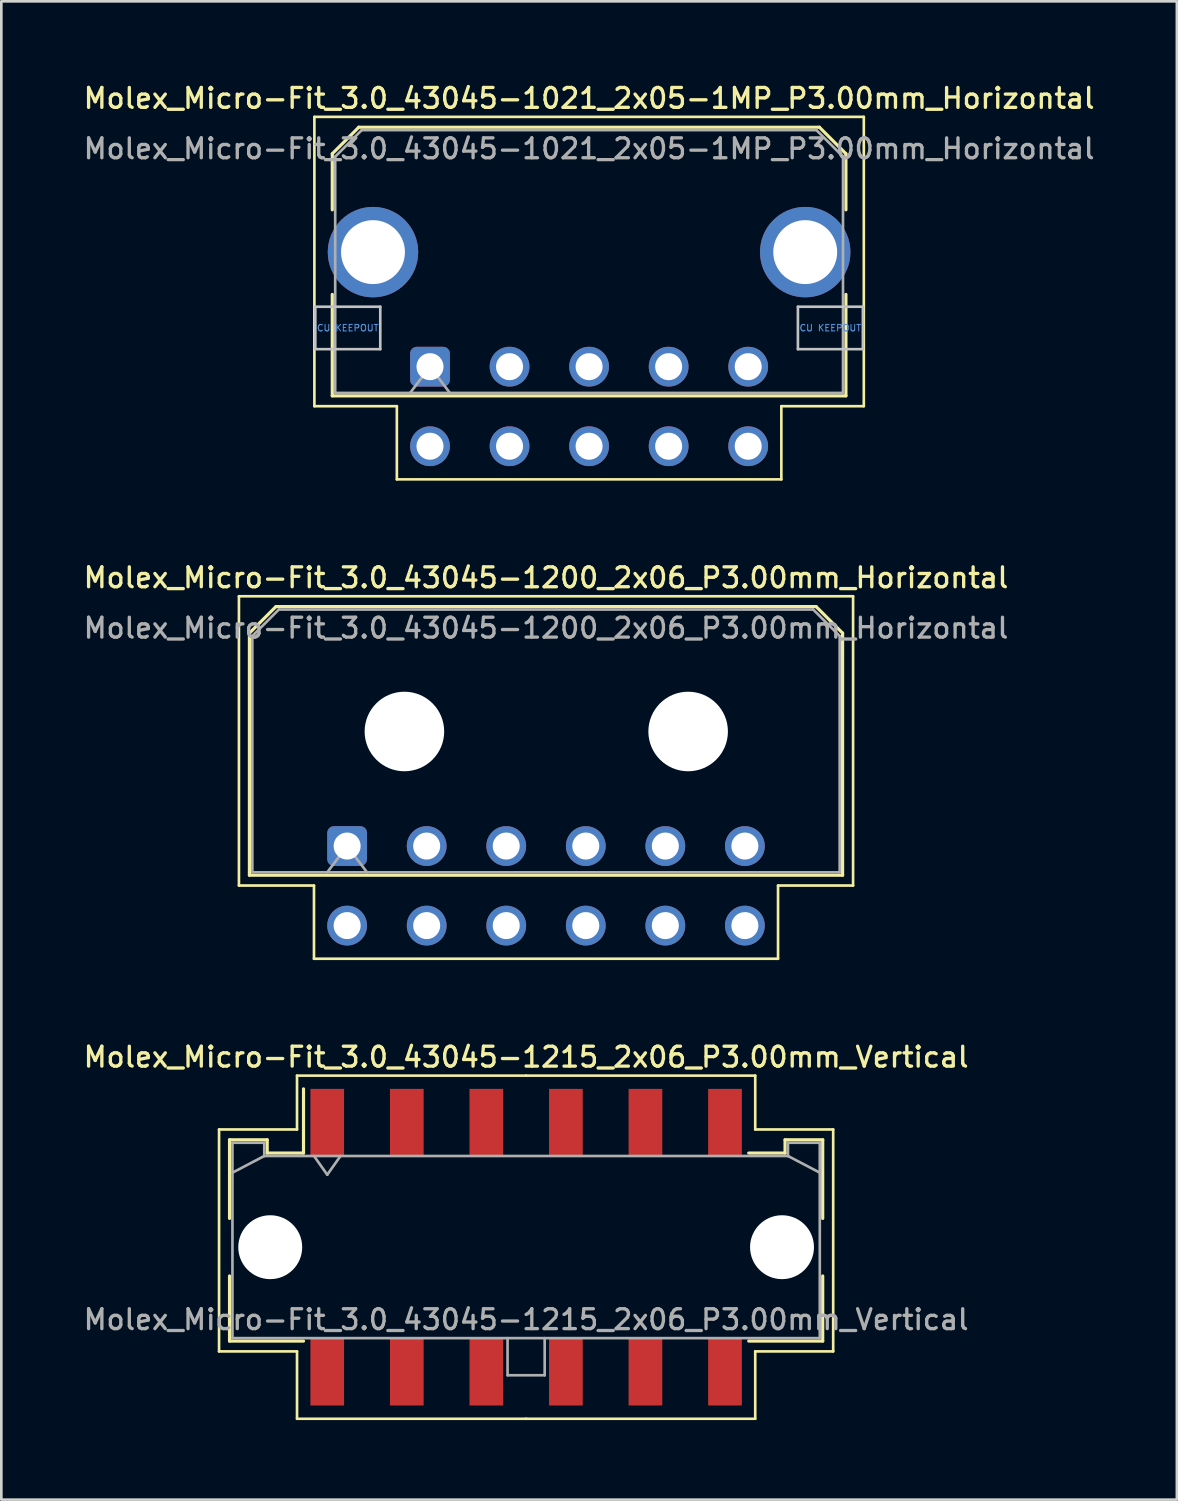
<source format=kicad_pcb>
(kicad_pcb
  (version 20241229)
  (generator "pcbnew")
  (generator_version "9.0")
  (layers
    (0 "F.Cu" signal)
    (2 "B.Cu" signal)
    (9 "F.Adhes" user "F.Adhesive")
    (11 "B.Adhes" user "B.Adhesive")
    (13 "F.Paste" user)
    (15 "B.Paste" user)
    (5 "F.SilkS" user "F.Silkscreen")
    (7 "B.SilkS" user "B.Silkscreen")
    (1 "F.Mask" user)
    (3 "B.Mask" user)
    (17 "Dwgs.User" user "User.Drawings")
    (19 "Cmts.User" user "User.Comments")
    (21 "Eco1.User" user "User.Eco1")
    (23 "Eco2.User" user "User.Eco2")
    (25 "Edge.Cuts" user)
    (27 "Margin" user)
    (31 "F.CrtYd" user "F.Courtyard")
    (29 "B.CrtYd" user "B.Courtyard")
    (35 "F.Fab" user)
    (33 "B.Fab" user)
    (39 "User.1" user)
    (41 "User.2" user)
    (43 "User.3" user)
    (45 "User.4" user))
  (footprint "Molex_Micro-Fit_3.0_43045-1200_2x06_P3.00mm_Horizontal"
    (layer "F.Cu")
    (at 10.041 28.856)
    (property "Reference" "Molex_Micro-Fit_3.0_43045-1200_2x06_P3.00mm_Horizontal" (at 7.5 -10.12 0) (layer "F.SilkS") (effects (font (size 0.75 0.75) (thickness 0.125))))
    (attr through_hole)
    (fp_line (start -4.08 -9.42) (end 19.08 -9.42) (stroke (width 0.1) (type solid)) (layer "F.SilkS"))
    (fp_line (start -4.08 1.49) (end -4.08 -9.42) (stroke (width 0.1) (type solid)) (layer "F.SilkS"))
    (fp_line (start -3.685 -8.03) (end -2.685 -9.03) (stroke (width 0.12) (type solid)) (layer "F.SilkS"))
    (fp_line (start -3.685 1.1) (end -3.685 -8.03) (stroke (width 0.12) (type solid)) (layer "F.SilkS"))
    (fp_line (start -2.685 -9.03) (end 17.685 -9.03) (stroke (width 0.12) (type solid)) (layer "F.SilkS"))
    (fp_line (start -1.25 1.49) (end -4.08 1.49) (stroke (width 0.1) (type solid)) (layer "F.SilkS"))
    (fp_line (start -1.25 4.25) (end -1.25 1.49) (stroke (width 0.1) (type solid)) (layer "F.SilkS"))
    (fp_line (start 16.25 1.49) (end 16.25 4.25) (stroke (width 0.1) (type solid)) (layer "F.SilkS"))
    (fp_line (start 16.25 4.25) (end -1.25 4.25) (stroke (width 0.1) (type solid)) (layer "F.SilkS"))
    (fp_line (start 17.685 -9.03) (end 18.685 -8.03) (stroke (width 0.12) (type solid)) (layer "F.SilkS"))
    (fp_line (start 18.685 -8.03) (end 18.685 1.1) (stroke (width 0.12) (type solid)) (layer "F.SilkS"))
    (fp_line (start 18.685 1.1) (end -3.685 1.1) (stroke (width 0.12) (type solid)) (layer "F.SilkS"))
    (fp_line (start 19.08 -9.42) (end 19.08 1.49) (stroke (width 0.1) (type solid)) (layer "F.SilkS"))
    (fp_line (start 19.08 1.49) (end 16.25 1.49) (stroke (width 0.1) (type solid)) (layer "F.SilkS"))
    (fp_line (start -3.575 -7.92) (end -2.575 -8.92) (stroke (width 0.1) (type solid)) (layer "F.Fab"))
    (fp_line (start -3.575 0.99) (end -3.575 -7.92) (stroke (width 0.1) (type solid)) (layer "F.Fab"))
    (fp_line (start -2.575 -8.92) (end 17.575 -8.92) (stroke (width 0.1) (type solid)) (layer "F.Fab"))
    (fp_line (start -0.75 0.99) (end 0 0) (stroke (width 0.1) (type solid)) (layer "F.Fab"))
    (fp_line (start 0 0) (end 0.75 0.99) (stroke (width 0.1) (type solid)) (layer "F.Fab"))
    (fp_line (start 17.575 -8.92) (end 18.575 -7.92) (stroke (width 0.1) (type solid)) (layer "F.Fab"))
    (fp_line (start 18.575 -7.92) (end 18.575 0.99) (stroke (width 0.1) (type solid)) (layer "F.Fab"))
    (fp_line (start 18.575 0.99) (end -3.575 0.99) (stroke (width 0.1) (type solid)) (layer "F.Fab"))
    (fp_text user "${REFERENCE}" (at 7.5 -8.22 0) (layer "F.Fab") (effects (font (size 0.75 0.75) (thickness 0.125))))
    (pad "" np_thru_hole circle (at 2.16 -4.32) (size 3 3) (drill 3) (layers "*.Cu" "*.Mask"))
    (pad "" np_thru_hole circle (at 12.86 -4.32) (size 3 3) (drill 3) (layers "*.Cu" "*.Mask"))
    (pad "1" thru_hole roundrect (at 0 0) (size 1.5 1.5) (drill 1.02) (layers "*.Cu" "*.Mask") (roundrect_rratio 0.167))
    (pad "2" thru_hole circle (at 3 0) (size 1.5 1.5) (drill 1.02) (layers "*.Cu" "*.Mask"))
    (pad "3" thru_hole circle (at 6 0) (size 1.5 1.5) (drill 1.02) (layers "*.Cu" "*.Mask"))
    (pad "4" thru_hole circle (at 9 0) (size 1.5 1.5) (drill 1.02) (layers "*.Cu" "*.Mask"))
    (pad "5" thru_hole circle (at 12 0) (size 1.5 1.5) (drill 1.02) (layers "*.Cu" "*.Mask"))
    (pad "6" thru_hole circle (at 15 0) (size 1.5 1.5) (drill 1.02) (layers "*.Cu" "*.Mask"))
    (pad "7" thru_hole circle (at 0 3) (size 1.5 1.5) (drill 1.02) (layers "*.Cu" "*.Mask"))
    (pad "8" thru_hole circle (at 3 3) (size 1.5 1.5) (drill 1.02) (layers "*.Cu" "*.Mask"))
    (pad "9" thru_hole circle (at 6 3) (size 1.5 1.5) (drill 1.02) (layers "*.Cu" "*.Mask"))
    (pad "10" thru_hole circle (at 9 3) (size 1.5 1.5) (drill 1.02) (layers "*.Cu" "*.Mask"))
    (pad "11" thru_hole circle (at 12 3) (size 1.5 1.5) (drill 1.02) (layers "*.Cu" "*.Mask"))
    (pad "12" thru_hole circle (at 15 3) (size 1.5 1.5) (drill 1.02) (layers "*.Cu" "*.Mask")))
  (footprint "Molex_Micro-Fit_3.0_43045-1021_2x05-1MP_P3.00mm_Horizontal"
    (layer "F.Cu")
    (at 13.166 10.778)
    (property "Reference" "Molex_Micro-Fit_3.0_43045-1021_2x05-1MP_P3.00mm_Horizontal" (at 6 -10.12 0) (layer "F.SilkS") (effects (font (size 0.75 0.75) (thickness 0.125))))
    (attr through_hole)
    (fp_line (start -4.36 -9.42) (end 16.36 -9.42) (stroke (width 0.1) (type solid)) (layer "F.SilkS"))
    (fp_line (start -4.36 1.49) (end -4.36 -9.42) (stroke (width 0.1) (type solid)) (layer "F.SilkS"))
    (fp_line (start -3.685 -8.03) (end -2.685 -9.03) (stroke (width 0.12) (type solid)) (layer "F.SilkS"))
    (fp_line (start -3.685 -5.915) (end -3.685 -8.03) (stroke (width 0.12) (type solid)) (layer "F.SilkS"))
    (fp_line (start -3.685 -2.725) (end -3.685 1.1) (stroke (width 0.12) (type solid)) (layer "F.SilkS"))
    (fp_line (start -3.685 1.1) (end 15.685 1.1) (stroke (width 0.12) (type solid)) (layer "F.SilkS"))
    (fp_line (start -2.685 -9.03) (end 14.685 -9.03) (stroke (width 0.12) (type solid)) (layer "F.SilkS"))
    (fp_line (start -1.25 1.49) (end -4.36 1.49) (stroke (width 0.1) (type solid)) (layer "F.SilkS"))
    (fp_line (start -1.25 4.25) (end -1.25 1.49) (stroke (width 0.1) (type solid)) (layer "F.SilkS"))
    (fp_line (start 13.25 1.49) (end 13.25 4.25) (stroke (width 0.1) (type solid)) (layer "F.SilkS"))
    (fp_line (start 13.25 4.25) (end -1.25 4.25) (stroke (width 0.1) (type solid)) (layer "F.SilkS"))
    (fp_line (start 14.685 -9.03) (end 15.685 -8.03) (stroke (width 0.12) (type solid)) (layer "F.SilkS"))
    (fp_line (start 15.685 -8.03) (end 15.685 -5.915) (stroke (width 0.12) (type solid)) (layer "F.SilkS"))
    (fp_line (start 15.685 1.1) (end 15.685 -2.725) (stroke (width 0.12) (type solid)) (layer "F.SilkS"))
    (fp_line (start 16.36 -9.42) (end 16.36 1.49) (stroke (width 0.1) (type solid)) (layer "F.SilkS"))
    (fp_line (start 16.36 1.49) (end 13.25 1.49) (stroke (width 0.1) (type solid)) (layer "F.SilkS"))
    (fp_line (start -4.325 -2.26) (end -4.325 -0.66) (stroke (width 0.1) (type solid)) (layer "Dwgs.User"))
    (fp_line (start -4.325 -0.66) (end -1.875 -0.66) (stroke (width 0.1) (type solid)) (layer "Dwgs.User"))
    (fp_line (start -1.875 -2.26) (end -4.325 -2.26) (stroke (width 0.1) (type solid)) (layer "Dwgs.User"))
    (fp_line (start -1.875 -0.66) (end -1.875 -2.26) (stroke (width 0.1) (type solid)) (layer "Dwgs.User"))
    (fp_line (start 13.875 -2.26) (end 13.875 -0.66) (stroke (width 0.1) (type solid)) (layer "Dwgs.User"))
    (fp_line (start 13.875 -0.66) (end 16.325 -0.66) (stroke (width 0.1) (type solid)) (layer "Dwgs.User"))
    (fp_line (start 16.325 -2.26) (end 13.875 -2.26) (stroke (width 0.1) (type solid)) (layer "Dwgs.User"))
    (fp_line (start 16.325 -0.66) (end 16.325 -2.26) (stroke (width 0.1) (type solid)) (layer "Dwgs.User"))
    (fp_line (start -3.575 -7.92) (end -2.575 -8.92) (stroke (width 0.1) (type solid)) (layer "F.Fab"))
    (fp_line (start -3.575 0.99) (end -3.575 -7.92) (stroke (width 0.1) (type solid)) (layer "F.Fab"))
    (fp_line (start -2.575 -8.92) (end 14.575 -8.92) (stroke (width 0.1) (type solid)) (layer "F.Fab"))
    (fp_line (start -0.75 0.99) (end 0 0) (stroke (width 0.1) (type solid)) (layer "F.Fab"))
    (fp_line (start 0 0) (end 0.75 0.99) (stroke (width 0.1) (type solid)) (layer "F.Fab"))
    (fp_line (start 14.575 -8.92) (end 15.575 -7.92) (stroke (width 0.1) (type solid)) (layer "F.Fab"))
    (fp_line (start 15.575 -7.92) (end 15.575 0.99) (stroke (width 0.1) (type solid)) (layer "F.Fab"))
    (fp_line (start 15.575 0.99) (end -3.575 0.99) (stroke (width 0.1) (type solid)) (layer "F.Fab"))
    (fp_text user "CU KEEPOUT" (at 15.1 -1.46 0) (layer "Cmts.User") (effects (font (size 0.245 0.245) (thickness 0.037))))
    (fp_text user "CU KEEPOUT" (at -3.1 -1.46 0) (layer "Cmts.User") (effects (font (size 0.245 0.245) (thickness 0.037))))
    (fp_text user "${REFERENCE}" (at 6 -8.22 0) (layer "F.Fab") (effects (font (size 0.75 0.75) (thickness 0.125))))
    (pad "1" thru_hole roundrect (at 0 0) (size 1.5 1.5) (drill 1.02) (layers "*.Cu" "*.Mask") (roundrect_rratio 0.167))
    (pad "2" thru_hole circle (at 3 0) (size 1.5 1.5) (drill 1.02) (layers "*.Cu" "*.Mask"))
    (pad "3" thru_hole circle (at 6 0) (size 1.5 1.5) (drill 1.02) (layers "*.Cu" "*.Mask"))
    (pad "4" thru_hole circle (at 9 0) (size 1.5 1.5) (drill 1.02) (layers "*.Cu" "*.Mask"))
    (pad "5" thru_hole circle (at 12 0) (size 1.5 1.5) (drill 1.02) (layers "*.Cu" "*.Mask"))
    (pad "6" thru_hole circle (at 0 3) (size 1.5 1.5) (drill 1.02) (layers "*.Cu" "*.Mask"))
    (pad "7" thru_hole circle (at 3 3) (size 1.5 1.5) (drill 1.02) (layers "*.Cu" "*.Mask"))
    (pad "8" thru_hole circle (at 6 3) (size 1.5 1.5) (drill 1.02) (layers "*.Cu" "*.Mask"))
    (pad "9" thru_hole circle (at 9 3) (size 1.5 1.5) (drill 1.02) (layers "*.Cu" "*.Mask"))
    (pad "10" thru_hole circle (at 12 3) (size 1.5 1.5) (drill 1.02) (layers "*.Cu" "*.Mask"))
    (pad "MP" thru_hole circle (at -2.15 -4.32) (size 3.41 3.41) (drill 2.41) (layers "*.Cu" "*.Mask"))
    (pad "MP" thru_hole circle (at 14.15 -4.32) (size 3.41 3.41) (drill 2.41) (layers "*.Cu" "*.Mask")))
  (footprint "Molex_Micro-Fit_3.0_43045-1215_2x06_P3.00mm_Vertical"
    (layer "F.Cu")
    (at 16.791 43.984)
    (property "Reference" "Molex_Micro-Fit_3.0_43045-1215_2x06_P3.00mm_Vertical" (at 0 -7.17 0) (layer "F.SilkS") (effects (font (size 0.75 0.75) (thickness 0.125))))
    (attr smd)
    (fp_line (start -11.58 -4.44) (end -11.58 3.93) (stroke (width 0.1) (type solid)) (layer "F.SilkS"))
    (fp_line (start -11.58 3.93) (end -8.64 3.93) (stroke (width 0.1) (type solid)) (layer "F.SilkS"))
    (fp_line (start -11.185 -4.05) (end -9.765 -4.05) (stroke (width 0.12) (type solid)) (layer "F.SilkS"))
    (fp_line (start -11.185 -1.085) (end -11.185 -4.05) (stroke (width 0.12) (type solid)) (layer "F.SilkS"))
    (fp_line (start -11.185 1.085) (end -11.185 3.54) (stroke (width 0.12) (type solid)) (layer "F.SilkS"))
    (fp_line (start -11.185 3.54) (end -8.395 3.54) (stroke (width 0.12) (type solid)) (layer "F.SilkS"))
    (fp_line (start -9.765 -4.05) (end -9.765 -3.55) (stroke (width 0.12) (type solid)) (layer "F.SilkS"))
    (fp_line (start -9.765 -3.55) (end -8.395 -3.55) (stroke (width 0.12) (type solid)) (layer "F.SilkS"))
    (fp_line (start -8.64 -6.47) (end -8.64 -4.44) (stroke (width 0.1) (type solid)) (layer "F.SilkS"))
    (fp_line (start -8.64 -4.44) (end -11.58 -4.44) (stroke (width 0.1) (type solid)) (layer "F.SilkS"))
    (fp_line (start -8.64 3.93) (end -8.64 6.47) (stroke (width 0.1) (type solid)) (layer "F.SilkS"))
    (fp_line (start -8.64 6.47) (end 0 6.47) (stroke (width 0.1) (type solid)) (layer "F.SilkS"))
    (fp_line (start -8.395 -3.55) (end -8.395 -5.97) (stroke (width 0.12) (type solid)) (layer "F.SilkS"))
    (fp_line (start 0 -6.47) (end -8.64 -6.47) (stroke (width 0.1) (type solid)) (layer "F.SilkS"))
    (fp_line (start 0 -6.47) (end 8.64 -6.47) (stroke (width 0.1) (type solid)) (layer "F.SilkS"))
    (fp_line (start 8.64 -6.47) (end 8.64 -4.44) (stroke (width 0.1) (type solid)) (layer "F.SilkS"))
    (fp_line (start 8.64 -4.44) (end 11.58 -4.44) (stroke (width 0.1) (type solid)) (layer "F.SilkS"))
    (fp_line (start 8.64 3.93) (end 8.64 6.47) (stroke (width 0.1) (type solid)) (layer "F.SilkS"))
    (fp_line (start 8.64 6.47) (end 0 6.47) (stroke (width 0.1) (type solid)) (layer "F.SilkS"))
    (fp_line (start 9.765 -4.05) (end 9.765 -3.55) (stroke (width 0.12) (type solid)) (layer "F.SilkS"))
    (fp_line (start 9.765 -3.55) (end 8.395 -3.55) (stroke (width 0.12) (type solid)) (layer "F.SilkS"))
    (fp_line (start 11.185 -4.05) (end 9.765 -4.05) (stroke (width 0.12) (type solid)) (layer "F.SilkS"))
    (fp_line (start 11.185 -1.085) (end 11.185 -4.05) (stroke (width 0.12) (type solid)) (layer "F.SilkS"))
    (fp_line (start 11.185 1.085) (end 11.185 3.54) (stroke (width 0.12) (type solid)) (layer "F.SilkS"))
    (fp_line (start 11.185 3.54) (end 8.395 3.54) (stroke (width 0.12) (type solid)) (layer "F.SilkS"))
    (fp_line (start 11.58 -4.44) (end 11.58 3.93) (stroke (width 0.1) (type solid)) (layer "F.SilkS"))
    (fp_line (start 11.58 3.93) (end 8.64 3.93) (stroke (width 0.1) (type solid)) (layer "F.SilkS"))
    (fp_line (start -11.075 -3.94) (end -11.075 3.43) (stroke (width 0.1) (type solid)) (layer "F.Fab"))
    (fp_line (start -11.075 -2.81) (end -9.875 -3.44) (stroke (width 0.1) (type solid)) (layer "F.Fab"))
    (fp_line (start -11.075 3.43) (end 11.075 3.43) (stroke (width 0.1) (type solid)) (layer "F.Fab"))
    (fp_line (start -9.875 -3.94) (end -11.075 -3.94) (stroke (width 0.1) (type solid)) (layer "F.Fab"))
    (fp_line (start -9.875 -3.44) (end -9.875 -3.94) (stroke (width 0.1) (type solid)) (layer "F.Fab"))
    (fp_line (start -8 -3.44) (end -7.5 -2.733) (stroke (width 0.1) (type solid)) (layer "F.Fab"))
    (fp_line (start -7.5 -2.733) (end -7 -3.44) (stroke (width 0.1) (type solid)) (layer "F.Fab"))
    (fp_line (start -0.7 3.43) (end -0.7 4.83) (stroke (width 0.1) (type solid)) (layer "F.Fab"))
    (fp_line (start -0.7 4.83) (end 0.7 4.83) (stroke (width 0.1) (type solid)) (layer "F.Fab"))
    (fp_line (start 0.7 4.83) (end 0.7 3.43) (stroke (width 0.1) (type solid)) (layer "F.Fab"))
    (fp_line (start 9.875 -3.94) (end 9.875 -3.44) (stroke (width 0.1) (type solid)) (layer "F.Fab"))
    (fp_line (start 9.875 -3.44) (end -9.875 -3.44) (stroke (width 0.1) (type solid)) (layer "F.Fab"))
    (fp_line (start 11.075 -3.94) (end 9.875 -3.94) (stroke (width 0.1) (type solid)) (layer "F.Fab"))
    (fp_line (start 11.075 -2.81) (end 9.875 -3.44) (stroke (width 0.1) (type solid)) (layer "F.Fab"))
    (fp_line (start 11.075 3.43) (end 11.075 -3.94) (stroke (width 0.1) (type solid)) (layer "F.Fab"))
    (fp_text user "${REFERENCE}" (at 0 2.73 0) (layer "F.Fab") (effects (font (size 0.75 0.75) (thickness 0.125))))
    (pad "" np_thru_hole circle (at -9.65 0) (size 2.41 2.41) (drill 2.41) (layers "*.Cu" "*.Mask"))
    (pad "" np_thru_hole circle (at 9.65 0) (size 2.41 2.41) (drill 2.41) (layers "*.Cu" "*.Mask"))
    (pad "1" smd rect (at -7.5 -4.7) (size 1.27 2.54) (layers "F.Cu" "F.Mask" "F.Paste"))
    (pad "2" smd rect (at -4.5 -4.7) (size 1.27 2.54) (layers "F.Cu" "F.Mask" "F.Paste"))
    (pad "3" smd rect (at -1.5 -4.7) (size 1.27 2.54) (layers "F.Cu" "F.Mask" "F.Paste"))
    (pad "4" smd rect (at 1.5 -4.7) (size 1.27 2.54) (layers "F.Cu" "F.Mask" "F.Paste"))
    (pad "5" smd rect (at 4.5 -4.7) (size 1.27 2.54) (layers "F.Cu" "F.Mask" "F.Paste"))
    (pad "6" smd rect (at 7.5 -4.7) (size 1.27 2.54) (layers "F.Cu" "F.Mask" "F.Paste"))
    (pad "7" smd rect (at -7.5 4.7) (size 1.27 2.54) (layers "F.Cu" "F.Mask" "F.Paste"))
    (pad "8" smd rect (at -4.5 4.7) (size 1.27 2.54) (layers "F.Cu" "F.Mask" "F.Paste"))
    (pad "9" smd rect (at -1.5 4.7) (size 1.27 2.54) (layers "F.Cu" "F.Mask" "F.Paste"))
    (pad "10" smd rect (at 1.5 4.7) (size 1.27 2.54) (layers "F.Cu" "F.Mask" "F.Paste"))
    (pad "11" smd rect (at 4.5 4.7) (size 1.27 2.54) (layers "F.Cu" "F.Mask" "F.Paste"))
    (pad "12" smd rect (at 7.5 4.7) (size 1.27 2.54) (layers "F.Cu" "F.Mask" "F.Paste")))
  (gr_rect
    (start -3 -3)
    (end 41.332 53.504)
    (stroke (width 0.1) (type default))
    (fill no)
    (layer "Edge.Cuts")))
</source>
